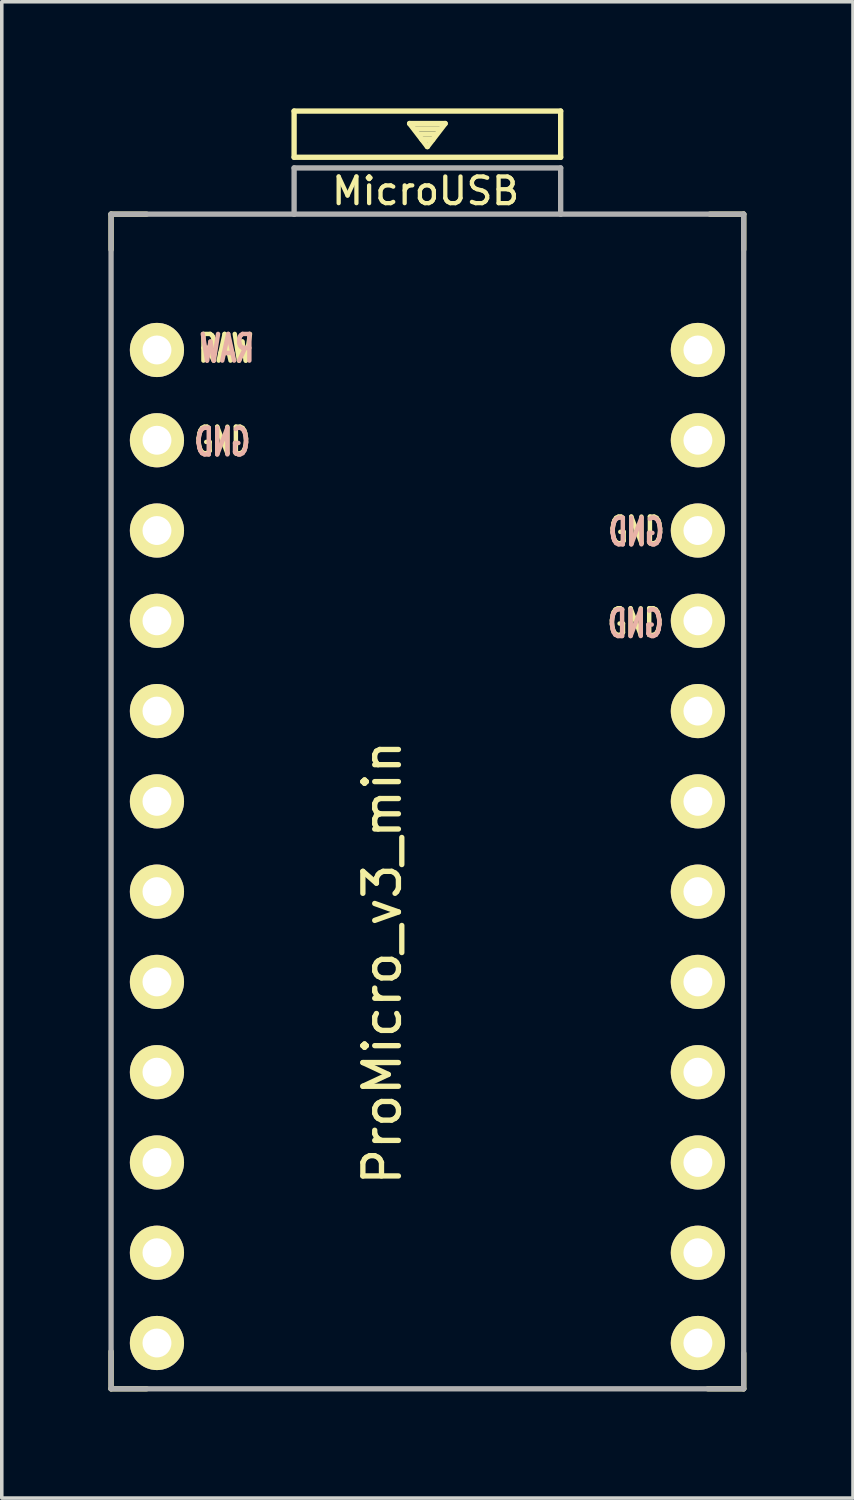
<source format=kicad_pcb>
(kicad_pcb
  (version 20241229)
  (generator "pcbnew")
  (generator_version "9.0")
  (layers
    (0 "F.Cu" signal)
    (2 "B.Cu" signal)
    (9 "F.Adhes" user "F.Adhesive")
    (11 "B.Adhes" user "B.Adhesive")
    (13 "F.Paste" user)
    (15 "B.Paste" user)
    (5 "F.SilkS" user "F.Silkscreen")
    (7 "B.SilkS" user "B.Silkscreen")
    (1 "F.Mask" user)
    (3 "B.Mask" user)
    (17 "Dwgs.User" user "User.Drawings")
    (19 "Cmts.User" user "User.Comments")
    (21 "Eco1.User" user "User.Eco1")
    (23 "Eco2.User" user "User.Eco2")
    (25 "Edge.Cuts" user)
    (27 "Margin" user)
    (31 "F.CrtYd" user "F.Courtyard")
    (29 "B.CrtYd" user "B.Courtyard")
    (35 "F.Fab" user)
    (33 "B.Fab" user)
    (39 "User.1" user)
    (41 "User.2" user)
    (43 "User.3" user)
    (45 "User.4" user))
  (footprint "ProMicro_v3_min"
    (layer "F.Cu")
    (at 8.975 21.275)
    (property "Reference" "ProMicro_v3_min" (at -1.27 2.762 90) (layer "F.SilkS") (effects (font (size 1 1) (thickness 0.15))))
    (attr through_hole)
    (fp_line (start -8.9 -18.3) (end -8.9 -17.3) (stroke (width 0.15) (type solid)) (layer "F.SilkS"))
    (fp_line (start -8.9 -18.3) (end -7.9 -18.3) (stroke (width 0.15) (type solid)) (layer "F.SilkS"))
    (fp_line (start -8.9 13.7) (end -8.9 14.75) (stroke (width 0.15) (type solid)) (layer "F.SilkS"))
    (fp_line (start -8.9 14.75) (end -7.9 14.75) (stroke (width 0.15) (type solid)) (layer "F.SilkS"))
    (fp_line (start -3.75 -21.2) (end -3.75 -19.9) (stroke (width 0.15) (type solid)) (layer "F.SilkS"))
    (fp_line (start -3.75 -19.9) (end 3.75 -19.9) (stroke (width 0.15) (type solid)) (layer "F.SilkS"))
    (fp_line (start -0.5 -20.85) (end 0.5 -20.85) (stroke (width 0.15) (type solid)) (layer "F.SilkS"))
    (fp_line (start -0.35 -20.7) (end 0.35 -20.7) (stroke (width 0.15) (type solid)) (layer "F.SilkS"))
    (fp_line (start -0.25 -20.55) (end 0.25 -20.55) (stroke (width 0.15) (type solid)) (layer "F.SilkS"))
    (fp_line (start -0.15 -20.4) (end 0.15 -20.4) (stroke (width 0.15) (type solid)) (layer "F.SilkS"))
    (fp_line (start 0 -20.2) (end -0.5 -20.85) (stroke (width 0.15) (type solid)) (layer "F.SilkS"))
    (fp_line (start 0.5 -20.85) (end 0 -20.2) (stroke (width 0.15) (type solid)) (layer "F.SilkS"))
    (fp_line (start 3.75 -21.2) (end -3.75 -21.2) (stroke (width 0.15) (type solid)) (layer "F.SilkS"))
    (fp_line (start 3.75 -19.9) (end 3.75 -21.2) (stroke (width 0.15) (type solid)) (layer "F.SilkS"))
    (fp_line (start 8.9 -18.3) (end 7.95 -18.3) (stroke (width 0.15) (type solid)) (layer "F.SilkS"))
    (fp_line (start 8.9 -18.3) (end 8.9 -17.3) (stroke (width 0.15) (type solid)) (layer "F.SilkS"))
    (fp_line (start 8.9 13.75) (end 8.9 14.75) (stroke (width 0.15) (type solid)) (layer "F.SilkS"))
    (fp_line (start 8.9 14.75) (end 7.89 14.75) (stroke (width 0.15) (type solid)) (layer "F.SilkS"))
    (fp_line (start -8.9 -18.3) (end -3.75 -18.3) (stroke (width 0.15) (type solid)) (layer "F.Fab"))
    (fp_line (start -8.9 14.75) (end -8.9 -18.3) (stroke (width 0.15) (type solid)) (layer "F.Fab"))
    (fp_line (start -3.75 -19.6) (end -3.75 -18.299) (stroke (width 0.15) (type solid)) (layer "F.Fab"))
    (fp_line (start -3.75 -19.6) (end 3.75 -19.6) (stroke (width 0.15) (type solid)) (layer "F.Fab"))
    (fp_line (start -3.75 -18.3) (end 3.75 -18.3) (stroke (width 0.15) (type solid)) (layer "F.Fab"))
    (fp_line (start 3.75 -19.6) (end 3.75 -18.3) (stroke (width 0.15) (type solid)) (layer "F.Fab"))
    (fp_line (start 3.76 -18.3) (end 8.9 -18.3) (stroke (width 0.15) (type solid)) (layer "F.Fab"))
    (fp_line (start 8.9 -18.3) (end 8.9 14.75) (stroke (width 0.15) (type solid)) (layer "F.Fab"))
    (fp_line (start 8.9 14.75) (end -8.9 14.75) (stroke (width 0.15) (type solid)) (layer "F.Fab"))
    (fp_text user "" (at -0.5 -17.25 0) (layer "F.SilkS") (effects (font (size 1 1) (thickness 0.15))))
    (fp_text user "GND" (at 5.86 -6.8 0) (layer "F.SilkS") (effects (font (size 0.75 0.5) (thickness 0.125))))
    (fp_text user "GND" (at -5.77 -11.91 0) (layer "F.SilkS") (effects (font (size 0.75 0.5) (thickness 0.125))))
    (fp_text user "RAW" (at -5.67 -14.52 0) (layer "F.SilkS") (effects (font (size 0.75 0.5) (thickness 0.125))))
    (fp_text user "MicroUSB" (at -0.05 -18.95 0) (layer "F.SilkS") (effects (font (size 0.75 0.75) (thickness 0.12))))
    (fp_text user "GND" (at 5.88 -9.38 0) (layer "F.SilkS") (effects (font (size 0.75 0.5) (thickness 0.125))))
    (fp_text user "" (at -1.206 -16.256 0) (layer "B.SilkS") (effects (font (size 1 1) (thickness 0.15)) (justify mirror)))
    (fp_text user "GND" (at -5.77 -11.88 0) (layer "B.SilkS") (effects (font (size 0.75 0.5) (thickness 0.125)) (justify mirror)))
    (fp_text user "GND" (at 5.88 -9.35 0) (layer "B.SilkS") (effects (font (size 0.75 0.5) (thickness 0.125)) (justify mirror)))
    (fp_text user "GND" (at 5.86 -6.77 0) (layer "B.SilkS") (effects (font (size 0.75 0.5) (thickness 0.125)) (justify mirror)))
    (fp_text user "RAW" (at -5.64 -14.52 0) (unlocked yes) (layer "B.SilkS") (effects (font (size 0.75 0.5) (thickness 0.125)) (justify mirror)))
    (pad "1" thru_hole circle (at 7.611 -14.478) (size 1.524 1.524) (drill 0.813) (layers "*.Cu" "B.Mask" "F.SilkS"))
    (pad "2" thru_hole circle (at 7.611 -11.938) (size 1.524 1.524) (drill 0.813) (layers "*.Cu" "B.Mask" "F.SilkS"))
    (pad "3" thru_hole circle (at 7.611 -9.398) (size 1.524 1.524) (drill 0.813) (layers "*.Cu" "B.Mask" "F.SilkS"))
    (pad "4" thru_hole circle (at 7.611 -6.858) (size 1.524 1.524) (drill 0.813) (layers "*.Cu" "B.Mask" "F.SilkS"))
    (pad "5" thru_hole circle (at 7.611 -4.318) (size 1.524 1.524) (drill 0.813) (layers "*.Cu" "B.Mask" "F.SilkS"))
    (pad "6" thru_hole circle (at 7.611 -1.778) (size 1.524 1.524) (drill 0.813) (layers "*.Cu" "B.Mask" "F.SilkS"))
    (pad "7" thru_hole circle (at 7.611 0.762) (size 1.524 1.524) (drill 0.813) (layers "*.Cu" "B.Mask" "F.SilkS"))
    (pad "8" thru_hole circle (at 7.611 3.302) (size 1.524 1.524) (drill 0.813) (layers "*.Cu" "B.Mask" "F.SilkS"))
    (pad "9" thru_hole circle (at 7.611 5.842) (size 1.524 1.524) (drill 0.813) (layers "*.Cu" "B.Mask" "F.SilkS"))
    (pad "10" thru_hole circle (at 7.611 8.382) (size 1.524 1.524) (drill 0.813) (layers "*.Cu" "B.Mask" "F.SilkS"))
    (pad "11" thru_hole circle (at 7.611 10.922) (size 1.524 1.524) (drill 0.813) (layers "*.Cu" "B.Mask" "F.SilkS"))
    (pad "12" thru_hole circle (at 7.611 13.462) (size 1.524 1.524) (drill 0.813) (layers "*.Cu" "B.Mask" "F.SilkS"))
    (pad "13" thru_hole circle (at -7.609 13.462) (size 1.524 1.524) (drill 0.813) (layers "*.Cu" "B.Mask" "F.SilkS"))
    (pad "14" thru_hole circle (at -7.609 10.922) (size 1.524 1.524) (drill 0.813) (layers "*.Cu" "B.Mask" "F.SilkS"))
    (pad "15" thru_hole circle (at -7.609 8.382) (size 1.524 1.524) (drill 0.813) (layers "*.Cu" "B.Mask" "F.SilkS"))
    (pad "16" thru_hole circle (at -7.609 5.842) (size 1.524 1.524) (drill 0.813) (layers "*.Cu" "B.Mask" "F.SilkS"))
    (pad "17" thru_hole circle (at -7.609 3.302) (size 1.524 1.524) (drill 0.813) (layers "*.Cu" "B.Mask" "F.SilkS"))
    (pad "18" thru_hole circle (at -7.609 0.762) (size 1.524 1.524) (drill 0.813) (layers "*.Cu" "B.Mask" "F.SilkS"))
    (pad "19" thru_hole circle (at -7.609 -1.778) (size 1.524 1.524) (drill 0.813) (layers "*.Cu" "B.Mask" "F.SilkS"))
    (pad "20" thru_hole circle (at -7.609 -4.318) (size 1.524 1.524) (drill 0.813) (layers "*.Cu" "B.Mask" "F.SilkS"))
    (pad "21" thru_hole circle (at -7.609 -6.858) (size 1.524 1.524) (drill 0.813) (layers "*.Cu" "B.Mask" "F.SilkS"))
    (pad "22" thru_hole circle (at -7.609 -9.398) (size 1.524 1.524) (drill 0.813) (layers "*.Cu" "B.Mask" "F.SilkS"))
    (pad "23" thru_hole circle (at -7.609 -11.938) (size 1.524 1.524) (drill 0.813) (layers "*.Cu" "B.Mask" "F.SilkS"))
    (pad "24" thru_hole circle (at -7.609 -14.478) (size 1.524 1.524) (drill 0.813) (layers "*.Cu" "B.Mask" "F.SilkS")))
  (gr_rect
    (start -3 -3)
    (end 20.95 39.1)
    (stroke (width 0.1) (type default))
    (fill no)
    (layer "Edge.Cuts")))
</source>
